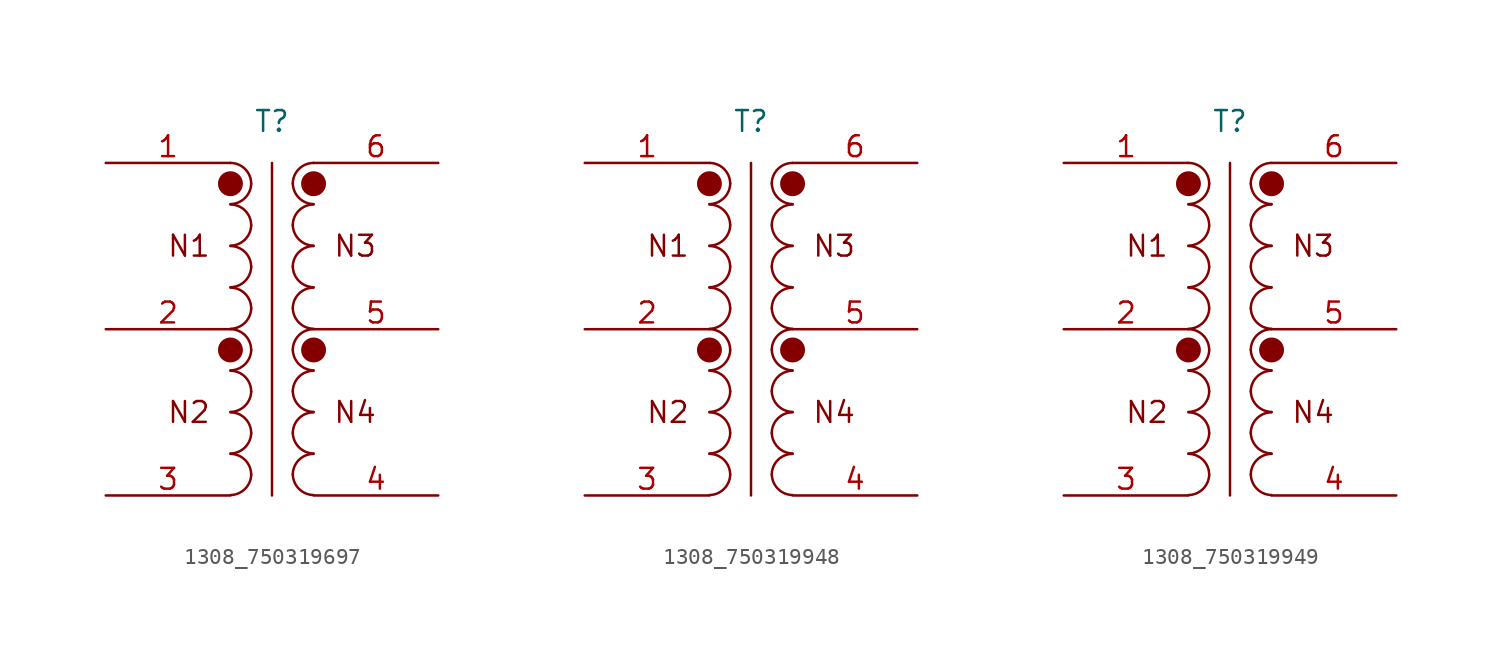
<source format=kicad_sym>
(kicad_symbol_lib
  (version 20220914)
  (generator kicad_symbol_editor)
  (symbol "1308_750319697"
    (pin_names hide)
    (property "Reference" "T"
      (at 0 12.7 0)
      (effects (font (size 1.27 1.27))))
    (property "Critical Parameter" ""
      (at 0 -5.08 0)
      (effects (font (size 1.27 1.27)) (justify left)))
    (symbol "1308_750319697_0_1"
      (arc (start -2.54 -10.1346) (mid -1.6561 -9.7663) (end -1.27 -8.89) (stroke (width 0) (type default)) (fill (type none)))
      (arc (start -2.54 -7.5946) (mid -1.6561 -7.2263) (end -1.27 -6.35) (stroke (width 0) (type default)) (fill (type none)))
      (arc (start -2.54 -5.0546) (mid -1.6561 -4.6863) (end -1.27 -3.81) (stroke (width 0) (type default)) (fill (type none)))
      (arc (start -2.54 -2.5146) (mid -1.6561 -2.1463) (end -1.27 -1.27) (stroke (width 0) (type default)) (fill (type none)))
      (arc (start -2.54 0.0254) (mid -1.6561 0.3937) (end -1.27 1.27) (stroke (width 0) (type default)) (fill (type none)))
      (arc (start -2.54 2.5654) (mid -1.6561 2.9337) (end -1.27 3.81) (stroke (width 0) (type default)) (fill (type none)))
      (arc (start -2.54 5.1054) (mid -1.6561 5.4737) (end -1.27 6.35) (stroke (width 0) (type default)) (fill (type none)))
      (arc (start -2.54 7.6454) (mid -1.6561 8.0137) (end -1.27 8.89) (stroke (width 0) (type default)) (fill (type none)))
      (arc (start -1.27 -8.89) (mid -1.642 -7.992) (end -2.54 -7.62) (stroke (width 0) (type default)) (fill (type none)))
      (arc (start -1.27 -6.35) (mid -1.642 -5.452) (end -2.54 -5.08) (stroke (width 0) (type default)) (fill (type none)))
      (arc (start -1.27 -3.81) (mid -1.642 -2.912) (end -2.54 -2.54) (stroke (width 0) (type default)) (fill (type none)))
      (arc (start -1.27 -1.27) (mid -1.642 -0.372) (end -2.54 0) (stroke (width 0) (type default)) (fill (type none)))
      (arc (start -1.27 1.27) (mid -1.642 2.168) (end -2.54 2.54) (stroke (width 0) (type default)) (fill (type none)))
      (arc (start -1.27 3.81) (mid -1.642 4.708) (end -2.54 5.08) (stroke (width 0) (type default)) (fill (type none)))
      (arc (start -1.27 6.35) (mid -1.642 7.248) (end -2.54 7.62) (stroke (width 0) (type default)) (fill (type none)))
      (arc (start -1.27 8.89) (mid -1.642 9.788) (end -2.54 10.16) (stroke (width 0) (type default)) (fill (type none)))
      (polyline (pts (xy 0 -10.16) (xy 0 10.16)) (stroke (width 0) (type default)) (fill (type none)))
      (arc (start 1.27 -8.89) (mid 1.6561 -9.7663) (end 2.54 -10.1346) (stroke (width 0) (type default)) (fill (type none)))
      (arc (start 1.27 -6.35) (mid 1.6561 -7.2263) (end 2.54 -7.5946) (stroke (width 0) (type default)) (fill (type none)))
      (arc (start 1.27 -3.81) (mid 1.6561 -4.6863) (end 2.54 -5.0546) (stroke (width 0) (type default)) (fill (type none)))
      (arc (start 1.27 -1.27) (mid 1.6561 -2.1463) (end 2.54 -2.5146) (stroke (width 0) (type default)) (fill (type none)))
      (arc (start 1.27 1.27) (mid 1.6561 0.3937) (end 2.54 0.0254) (stroke (width 0) (type default)) (fill (type none)))
      (arc (start 1.27 3.81) (mid 1.6561 2.9337) (end 2.54 2.5654) (stroke (width 0) (type default)) (fill (type none)))
      (arc (start 1.27 6.35) (mid 1.6561 5.4737) (end 2.54 5.1054) (stroke (width 0) (type default)) (fill (type none)))
      (arc (start 1.27 8.89) (mid 1.6561 8.0137) (end 2.54 7.6454) (stroke (width 0) (type default)) (fill (type none)))
      (arc (start 2.54 -7.62) (mid 1.642 -7.992) (end 1.27 -8.89) (stroke (width 0) (type default)) (fill (type none)))
      (arc (start 2.54 -5.08) (mid 1.642 -5.452) (end 1.27 -6.35) (stroke (width 0) (type default)) (fill (type none)))
      (arc (start 2.54 -2.54) (mid 1.642 -2.912) (end 1.27 -3.81) (stroke (width 0) (type default)) (fill (type none)))
      (arc (start 2.54 0) (mid 1.642 -0.372) (end 1.27 -1.27) (stroke (width 0) (type default)) (fill (type none)))
      (arc (start 2.54 2.54) (mid 1.642 2.168) (end 1.27 1.27) (stroke (width 0) (type default)) (fill (type none)))
      (arc (start 2.54 5.08) (mid 1.642 4.708) (end 1.27 3.81) (stroke (width 0) (type default)) (fill (type none)))
      (arc (start 2.54 7.62) (mid 1.642 7.248) (end 1.27 6.35) (stroke (width 0) (type default)) (fill (type none)))
      (arc (start 2.54 10.16) (mid 1.642 9.788) (end 1.27 8.89) (stroke (width 0) (type default)) (fill (type none))))
    (symbol "1308_750319697_1_1"
      (circle (center -2.54 -1.27) (radius 0.0001) (stroke (width 0.762) (type default)) (fill (type none)))
      (circle (center -2.54 8.89) (radius 0.0001) (stroke (width 0.762) (type default)) (fill (type none)))
      (circle (center 2.54 -1.27) (radius 0.0001) (stroke (width 0.762) (type default)) (fill (type none)))
      (circle (center 2.54 8.89) (radius 0.0001) (stroke (width 0.762) (type default)) (fill (type none)))
      (text "N1" (at -5.08 5.08 0) (effects (font (size 1.27 1.27))))
      (text "N2" (at -5.08 -5.08 0) (effects (font (size 1.27 1.27))))
      (text "N3" (at 5.08 5.08 0) (effects (font (size 1.27 1.27))))
      (text "N4" (at 5.08 -5.08 0) (effects (font (size 1.27 1.27))))
      (pin passive line (at -10.16 10.16 0) (length 7.62) (name "1" (effects (font (size 1.27 1.27)))) (number "1" (effects (font (size 1.27 1.27)))))
      (pin passive line (at -10.16 0 0) (length 7.62) (name "2" (effects (font (size 1.27 1.27)))) (number "2" (effects (font (size 1.27 1.27)))))
      (pin passive line (at -10.16 -10.16 0) (length 7.62) (name "3" (effects (font (size 1.27 1.27)))) (number "3" (effects (font (size 1.27 1.27)))))
      (pin passive line (at 10.16 -10.16 180) (length 7.62) (name "4" (effects (font (size 1.27 1.27)))) (number "4" (effects (font (size 1.27 1.27)))))
      (pin passive line (at 10.16 0 180) (length 7.62) (name "5" (effects (font (size 1.27 1.27)))) (number "5" (effects (font (size 1.27 1.27)))))
      (pin passive line (at 10.16 10.16 180) (length 7.62) (name "6" (effects (font (size 1.27 1.27)))) (number "6" (effects (font (size 1.27 1.27)))))))
  (symbol "1308_750319948"
    (pin_names hide)
    (property "Reference" "T"
      (at 0 12.7 0)
      (effects (font (size 1.27 1.27))))
    (property "Critical Parameter" ""
      (at 0 -5.08 0)
      (effects (font (size 1.27 1.27)) (justify left)))
    (symbol "1308_750319948_0_1"
      (arc (start -2.54 -10.1346) (mid -1.6561 -9.7663) (end -1.27 -8.89) (stroke (width 0) (type default)) (fill (type none)))
      (arc (start -2.54 -7.5946) (mid -1.6561 -7.2263) (end -1.27 -6.35) (stroke (width 0) (type default)) (fill (type none)))
      (arc (start -2.54 -5.0546) (mid -1.6561 -4.6863) (end -1.27 -3.81) (stroke (width 0) (type default)) (fill (type none)))
      (arc (start -2.54 -2.5146) (mid -1.6561 -2.1463) (end -1.27 -1.27) (stroke (width 0) (type default)) (fill (type none)))
      (arc (start -2.54 0.0254) (mid -1.6561 0.3937) (end -1.27 1.27) (stroke (width 0) (type default)) (fill (type none)))
      (arc (start -2.54 2.5654) (mid -1.6561 2.9337) (end -1.27 3.81) (stroke (width 0) (type default)) (fill (type none)))
      (arc (start -2.54 5.1054) (mid -1.6561 5.4737) (end -1.27 6.35) (stroke (width 0) (type default)) (fill (type none)))
      (arc (start -2.54 7.6454) (mid -1.6561 8.0137) (end -1.27 8.89) (stroke (width 0) (type default)) (fill (type none)))
      (arc (start -1.27 -8.89) (mid -1.642 -7.992) (end -2.54 -7.62) (stroke (width 0) (type default)) (fill (type none)))
      (arc (start -1.27 -6.35) (mid -1.642 -5.452) (end -2.54 -5.08) (stroke (width 0) (type default)) (fill (type none)))
      (arc (start -1.27 -3.81) (mid -1.642 -2.912) (end -2.54 -2.54) (stroke (width 0) (type default)) (fill (type none)))
      (arc (start -1.27 -1.27) (mid -1.642 -0.372) (end -2.54 0) (stroke (width 0) (type default)) (fill (type none)))
      (arc (start -1.27 1.27) (mid -1.642 2.168) (end -2.54 2.54) (stroke (width 0) (type default)) (fill (type none)))
      (arc (start -1.27 3.81) (mid -1.642 4.708) (end -2.54 5.08) (stroke (width 0) (type default)) (fill (type none)))
      (arc (start -1.27 6.35) (mid -1.642 7.248) (end -2.54 7.62) (stroke (width 0) (type default)) (fill (type none)))
      (arc (start -1.27 8.89) (mid -1.642 9.788) (end -2.54 10.16) (stroke (width 0) (type default)) (fill (type none)))
      (polyline (pts (xy 0 -10.16) (xy 0 10.16)) (stroke (width 0) (type default)) (fill (type none)))
      (arc (start 1.27 -8.89) (mid 1.6561 -9.7663) (end 2.54 -10.1346) (stroke (width 0) (type default)) (fill (type none)))
      (arc (start 1.27 -6.35) (mid 1.6561 -7.2263) (end 2.54 -7.5946) (stroke (width 0) (type default)) (fill (type none)))
      (arc (start 1.27 -3.81) (mid 1.6561 -4.6863) (end 2.54 -5.0546) (stroke (width 0) (type default)) (fill (type none)))
      (arc (start 1.27 -1.27) (mid 1.6561 -2.1463) (end 2.54 -2.5146) (stroke (width 0) (type default)) (fill (type none)))
      (arc (start 1.27 1.27) (mid 1.6561 0.3937) (end 2.54 0.0254) (stroke (width 0) (type default)) (fill (type none)))
      (arc (start 1.27 3.81) (mid 1.6561 2.9337) (end 2.54 2.5654) (stroke (width 0) (type default)) (fill (type none)))
      (arc (start 1.27 6.35) (mid 1.6561 5.4737) (end 2.54 5.1054) (stroke (width 0) (type default)) (fill (type none)))
      (arc (start 1.27 8.89) (mid 1.6561 8.0137) (end 2.54 7.6454) (stroke (width 0) (type default)) (fill (type none)))
      (arc (start 2.54 -7.62) (mid 1.642 -7.992) (end 1.27 -8.89) (stroke (width 0) (type default)) (fill (type none)))
      (arc (start 2.54 -5.08) (mid 1.642 -5.452) (end 1.27 -6.35) (stroke (width 0) (type default)) (fill (type none)))
      (arc (start 2.54 -2.54) (mid 1.642 -2.912) (end 1.27 -3.81) (stroke (width 0) (type default)) (fill (type none)))
      (arc (start 2.54 0) (mid 1.642 -0.372) (end 1.27 -1.27) (stroke (width 0) (type default)) (fill (type none)))
      (arc (start 2.54 2.54) (mid 1.642 2.168) (end 1.27 1.27) (stroke (width 0) (type default)) (fill (type none)))
      (arc (start 2.54 5.08) (mid 1.642 4.708) (end 1.27 3.81) (stroke (width 0) (type default)) (fill (type none)))
      (arc (start 2.54 7.62) (mid 1.642 7.248) (end 1.27 6.35) (stroke (width 0) (type default)) (fill (type none)))
      (arc (start 2.54 10.16) (mid 1.642 9.788) (end 1.27 8.89) (stroke (width 0) (type default)) (fill (type none))))
    (symbol "1308_750319948_1_1"
      (circle (center -2.54 -1.27) (radius 0.0001) (stroke (width 0.762) (type default)) (fill (type none)))
      (circle (center -2.54 8.89) (radius 0.0001) (stroke (width 0.762) (type default)) (fill (type none)))
      (circle (center 2.54 -1.27) (radius 0.0001) (stroke (width 0.762) (type default)) (fill (type none)))
      (circle (center 2.54 8.89) (radius 0.0001) (stroke (width 0.762) (type default)) (fill (type none)))
      (text "N1" (at -5.08 5.08 0) (effects (font (size 1.27 1.27))))
      (text "N2" (at -5.08 -5.08 0) (effects (font (size 1.27 1.27))))
      (text "N3" (at 5.08 5.08 0) (effects (font (size 1.27 1.27))))
      (text "N4" (at 5.08 -5.08 0) (effects (font (size 1.27 1.27))))
      (pin passive line (at -10.16 10.16 0) (length 7.62) (name "1" (effects (font (size 1.27 1.27)))) (number "1" (effects (font (size 1.27 1.27)))))
      (pin passive line (at -10.16 0 0) (length 7.62) (name "2" (effects (font (size 1.27 1.27)))) (number "2" (effects (font (size 1.27 1.27)))))
      (pin passive line (at -10.16 -10.16 0) (length 7.62) (name "3" (effects (font (size 1.27 1.27)))) (number "3" (effects (font (size 1.27 1.27)))))
      (pin passive line (at 10.16 -10.16 180) (length 7.62) (name "4" (effects (font (size 1.27 1.27)))) (number "4" (effects (font (size 1.27 1.27)))))
      (pin passive line (at 10.16 0 180) (length 7.62) (name "5" (effects (font (size 1.27 1.27)))) (number "5" (effects (font (size 1.27 1.27)))))
      (pin passive line (at 10.16 10.16 180) (length 7.62) (name "6" (effects (font (size 1.27 1.27)))) (number "6" (effects (font (size 1.27 1.27)))))))
  (symbol "1308_750319949"
    (pin_names hide)
    (property "Reference" "T"
      (at 0 12.7 0)
      (effects (font (size 1.27 1.27))))
    (property "Critical Parameter" ""
      (at 0 -5.08 0)
      (effects (font (size 1.27 1.27)) (justify left)))
    (symbol "1308_750319949_0_1"
      (arc (start -2.54 -10.1346) (mid -1.6561 -9.7663) (end -1.27 -8.89) (stroke (width 0) (type default)) (fill (type none)))
      (arc (start -2.54 -7.5946) (mid -1.6561 -7.2263) (end -1.27 -6.35) (stroke (width 0) (type default)) (fill (type none)))
      (arc (start -2.54 -5.0546) (mid -1.6561 -4.6863) (end -1.27 -3.81) (stroke (width 0) (type default)) (fill (type none)))
      (arc (start -2.54 -2.5146) (mid -1.6561 -2.1463) (end -1.27 -1.27) (stroke (width 0) (type default)) (fill (type none)))
      (arc (start -2.54 0.0254) (mid -1.6561 0.3937) (end -1.27 1.27) (stroke (width 0) (type default)) (fill (type none)))
      (arc (start -2.54 2.5654) (mid -1.6561 2.9337) (end -1.27 3.81) (stroke (width 0) (type default)) (fill (type none)))
      (arc (start -2.54 5.1054) (mid -1.6561 5.4737) (end -1.27 6.35) (stroke (width 0) (type default)) (fill (type none)))
      (arc (start -2.54 7.6454) (mid -1.6561 8.0137) (end -1.27 8.89) (stroke (width 0) (type default)) (fill (type none)))
      (arc (start -1.27 -8.89) (mid -1.642 -7.992) (end -2.54 -7.62) (stroke (width 0) (type default)) (fill (type none)))
      (arc (start -1.27 -6.35) (mid -1.642 -5.452) (end -2.54 -5.08) (stroke (width 0) (type default)) (fill (type none)))
      (arc (start -1.27 -3.81) (mid -1.642 -2.912) (end -2.54 -2.54) (stroke (width 0) (type default)) (fill (type none)))
      (arc (start -1.27 -1.27) (mid -1.642 -0.372) (end -2.54 0) (stroke (width 0) (type default)) (fill (type none)))
      (arc (start -1.27 1.27) (mid -1.642 2.168) (end -2.54 2.54) (stroke (width 0) (type default)) (fill (type none)))
      (arc (start -1.27 3.81) (mid -1.642 4.708) (end -2.54 5.08) (stroke (width 0) (type default)) (fill (type none)))
      (arc (start -1.27 6.35) (mid -1.642 7.248) (end -2.54 7.62) (stroke (width 0) (type default)) (fill (type none)))
      (arc (start -1.27 8.89) (mid -1.642 9.788) (end -2.54 10.16) (stroke (width 0) (type default)) (fill (type none)))
      (polyline (pts (xy 0 -10.16) (xy 0 10.16)) (stroke (width 0) (type default)) (fill (type none)))
      (arc (start 1.27 -8.89) (mid 1.6561 -9.7663) (end 2.54 -10.1346) (stroke (width 0) (type default)) (fill (type none)))
      (arc (start 1.27 -6.35) (mid 1.6561 -7.2263) (end 2.54 -7.5946) (stroke (width 0) (type default)) (fill (type none)))
      (arc (start 1.27 -3.81) (mid 1.6561 -4.6863) (end 2.54 -5.0546) (stroke (width 0) (type default)) (fill (type none)))
      (arc (start 1.27 -1.27) (mid 1.6561 -2.1463) (end 2.54 -2.5146) (stroke (width 0) (type default)) (fill (type none)))
      (arc (start 1.27 1.27) (mid 1.6561 0.3937) (end 2.54 0.0254) (stroke (width 0) (type default)) (fill (type none)))
      (arc (start 1.27 3.81) (mid 1.6561 2.9337) (end 2.54 2.5654) (stroke (width 0) (type default)) (fill (type none)))
      (arc (start 1.27 6.35) (mid 1.6561 5.4737) (end 2.54 5.1054) (stroke (width 0) (type default)) (fill (type none)))
      (arc (start 1.27 8.89) (mid 1.6561 8.0137) (end 2.54 7.6454) (stroke (width 0) (type default)) (fill (type none)))
      (arc (start 2.54 -7.62) (mid 1.642 -7.992) (end 1.27 -8.89) (stroke (width 0) (type default)) (fill (type none)))
      (arc (start 2.54 -5.08) (mid 1.642 -5.452) (end 1.27 -6.35) (stroke (width 0) (type default)) (fill (type none)))
      (arc (start 2.54 -2.54) (mid 1.642 -2.912) (end 1.27 -3.81) (stroke (width 0) (type default)) (fill (type none)))
      (arc (start 2.54 0) (mid 1.642 -0.372) (end 1.27 -1.27) (stroke (width 0) (type default)) (fill (type none)))
      (arc (start 2.54 2.54) (mid 1.642 2.168) (end 1.27 1.27) (stroke (width 0) (type default)) (fill (type none)))
      (arc (start 2.54 5.08) (mid 1.642 4.708) (end 1.27 3.81) (stroke (width 0) (type default)) (fill (type none)))
      (arc (start 2.54 7.62) (mid 1.642 7.248) (end 1.27 6.35) (stroke (width 0) (type default)) (fill (type none)))
      (arc (start 2.54 10.16) (mid 1.642 9.788) (end 1.27 8.89) (stroke (width 0) (type default)) (fill (type none))))
    (symbol "1308_750319949_1_1"
      (circle (center -2.54 -1.27) (radius 0.0001) (stroke (width 0.762) (type default)) (fill (type none)))
      (circle (center -2.54 8.89) (radius 0.0001) (stroke (width 0.762) (type default)) (fill (type none)))
      (circle (center 2.54 -1.27) (radius 0.0001) (stroke (width 0.762) (type default)) (fill (type none)))
      (circle (center 2.54 8.89) (radius 0.0001) (stroke (width 0.762) (type default)) (fill (type none)))
      (text "N1" (at -5.08 5.08 0) (effects (font (size 1.27 1.27))))
      (text "N2" (at -5.08 -5.08 0) (effects (font (size 1.27 1.27))))
      (text "N3" (at 5.08 5.08 0) (effects (font (size 1.27 1.27))))
      (text "N4" (at 5.08 -5.08 0) (effects (font (size 1.27 1.27))))
      (pin passive line (at -10.16 10.16 0) (length 7.62) (name "1" (effects (font (size 1.27 1.27)))) (number "1" (effects (font (size 1.27 1.27)))))
      (pin passive line (at -10.16 0 0) (length 7.62) (name "2" (effects (font (size 1.27 1.27)))) (number "2" (effects (font (size 1.27 1.27)))))
      (pin passive line (at -10.16 -10.16 0) (length 7.62) (name "3" (effects (font (size 1.27 1.27)))) (number "3" (effects (font (size 1.27 1.27)))))
      (pin passive line (at 10.16 -10.16 180) (length 7.62) (name "4" (effects (font (size 1.27 1.27)))) (number "4" (effects (font (size 1.27 1.27)))))
      (pin passive line (at 10.16 0 180) (length 7.62) (name "5" (effects (font (size 1.27 1.27)))) (number "5" (effects (font (size 1.27 1.27)))))
      (pin passive line (at 10.16 10.16 180) (length 7.62) (name "6" (effects (font (size 1.27 1.27)))) (number "6" (effects (font (size 1.27 1.27))))))))
</source>
